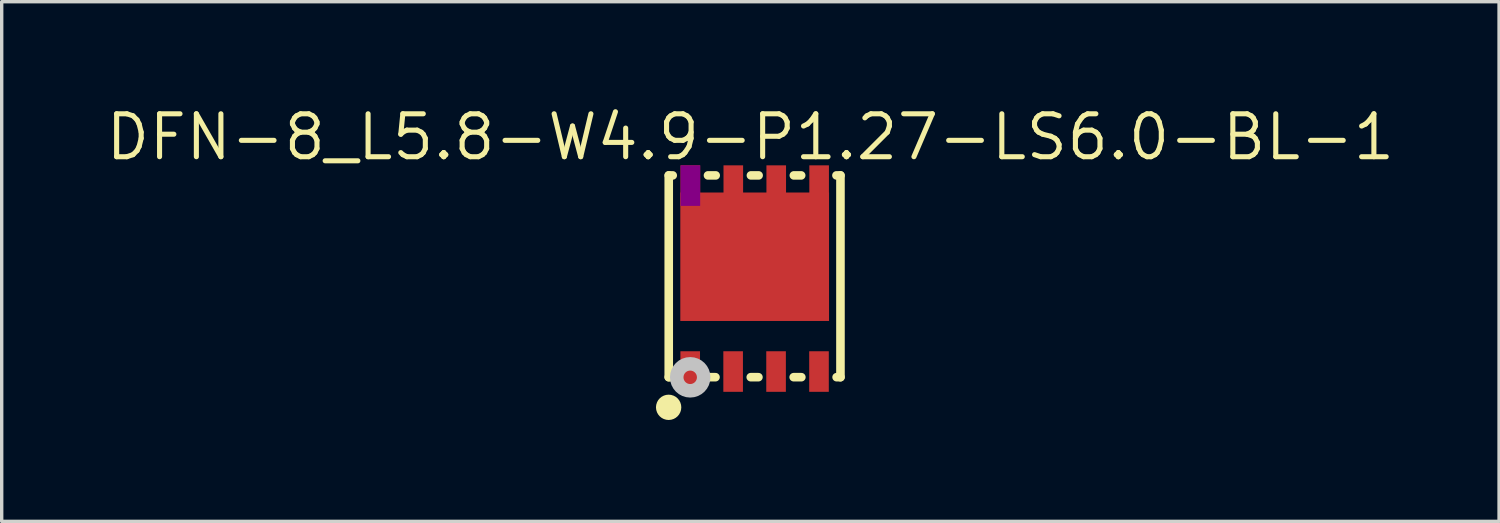
<source format=kicad_pcb>
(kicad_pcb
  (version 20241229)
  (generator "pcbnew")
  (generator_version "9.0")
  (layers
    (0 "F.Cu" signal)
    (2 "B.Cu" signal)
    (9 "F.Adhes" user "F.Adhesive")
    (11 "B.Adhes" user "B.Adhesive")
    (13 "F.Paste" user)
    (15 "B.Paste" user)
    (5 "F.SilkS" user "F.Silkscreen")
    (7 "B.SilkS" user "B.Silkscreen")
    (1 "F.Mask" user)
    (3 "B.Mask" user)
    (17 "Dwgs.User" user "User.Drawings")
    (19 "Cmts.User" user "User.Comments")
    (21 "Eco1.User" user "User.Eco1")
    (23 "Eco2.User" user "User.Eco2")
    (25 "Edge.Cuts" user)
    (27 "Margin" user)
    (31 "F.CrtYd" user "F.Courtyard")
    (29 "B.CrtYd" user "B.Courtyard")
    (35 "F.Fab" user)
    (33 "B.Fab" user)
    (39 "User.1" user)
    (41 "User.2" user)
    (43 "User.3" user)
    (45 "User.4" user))
  (footprint "DFN-8_L5.8-W4.9-P1.27-LS6.0-BL-1"
    (layer "F.Cu")
    (at 19.275 5.191)
    (property "Reference" "DFN-8_L5.8-W4.9-P1.27-LS6.0-BL-1" (at -0.127 -4.185 0) (layer "F.SilkS") (effects (font (size 1.27 1.27) (thickness 0.15))))
    (fp_line (start -2.542 -3.052) (end -2.424 -3.052) (stroke (width 0.254) (type default)) (layer "F.SilkS"))
    (fp_line (start -2.542 2.917) (end -2.542 -3.052) (stroke (width 0.254) (type default)) (layer "F.SilkS"))
    (fp_line (start -2.429 2.917) (end -2.542 2.917) (stroke (width 0.254) (type default)) (layer "F.SilkS"))
    (fp_line (start -1.381 -3.052) (end -1.153 -3.052) (stroke (width 0.254) (type default)) (layer "F.SilkS"))
    (fp_line (start -1.159 2.917) (end -1.386 2.917) (stroke (width 0.254) (type default)) (layer "F.SilkS"))
    (fp_line (start -0.111 -3.052) (end 0.117 -3.052) (stroke (width 0.254) (type default)) (layer "F.SilkS"))
    (fp_line (start 0.111 2.917) (end -0.116 2.917) (stroke (width 0.254) (type default)) (layer "F.SilkS"))
    (fp_line (start 1.159 -3.052) (end 1.376 -3.052) (stroke (width 0.254) (type default)) (layer "F.SilkS"))
    (fp_line (start 1.381 2.917) (end 1.154 2.917) (stroke (width 0.254) (type default)) (layer "F.SilkS"))
    (fp_line (start 2.419 -3.052) (end 2.538 -3.052) (stroke (width 0.254) (type default)) (layer "F.SilkS"))
    (fp_line (start 2.538 -3.052) (end 2.538 2.917) (stroke (width 0.254) (type default)) (layer "F.SilkS"))
    (fp_line (start 2.538 2.917) (end 2.424 2.917) (stroke (width 0.254) (type default)) (layer "F.SilkS"))
    (fp_arc (start -2.6695 3.8075) (mid -2.420493 3.80885) (end -2.6695 3.81) (stroke (width 0.5) (type default)) (layer "F.SilkS"))
    (fp_circle (center -1.907 2.921) (end -1.708 2.921) (stroke (width 0.4) (type default)) (fill no) (layer "Dwgs.User"))
    (fp_circle (center -2.453 3.01) (end -2.422 3.01) (stroke (width 0.06) (type default)) (fill no) (layer "User.5"))
    (pad "1" smd rect (at -1.907 2.75 180) (size 0.58 1.2) (layers "F.Cu" "F.Mask" "F.Paste"))
    (pad "1" smd rect (at -0.637 2.75 180) (size 0.58 1.2) (layers "F.Cu" "F.Mask" "F.Paste"))
    (pad "1" smd rect (at 0.633 2.75 180) (size 0.58 1.2) (layers "F.Cu" "F.Mask" "F.Paste"))
    (pad "2" smd rect (at 1.903 2.75 180) (size 0.58 1.2) (layers "F.Cu" "F.Mask" "F.Paste"))
    (pad "3" smd rect (at -1.902 -2.75) (size 0.58 1.2) (layers "F.Cu" "F.Mask" "F.Adhes" "F.Paste"))
    (pad "3" smd rect (at -0.632 -2.75) (size 0.58 1.2) (layers "F.Cu" "F.Mask" "F.Paste"))
    (pad "3" smd rect (at 0.0001 -0.646) (size 4.4 3.8) (layers "F.Cu" "F.Mask" "F.Paste"))
    (pad "3" smd rect (at 0.638 -2.75) (size 0.58 1.2) (layers "F.Cu" "F.Mask" "F.Paste"))
    (pad "3" smd rect (at 1.907 -2.75) (size 0.58 1.2) (layers "F.Cu" "F.Mask" "F.Paste"))
    (zone (net_name "") (layer "F.Paste") (hatch edge 0.5) (priority 100) (connect_pads yes) (min_thickness 0) (filled_areas_thickness no) (fill yes) (polygon (pts (xy 17.658 8.541) (xy 17.078 8.541) (xy 17.078 7.341) (xy 17.658 7.341))) (filled_polygon (layer "F.Paste") (island) (pts (xy 17.658 8.541) (xy 17.078 8.541) (xy 17.078 7.341) (xy 17.658 7.341))))
    (zone (net_name "") (layer "F.Paste") (hatch edge 0.5) (priority 100) (connect_pads yes) (min_thickness 0) (filled_areas_thickness no) (fill yes) (polygon (pts (xy 18.928 8.541) (xy 18.348 8.541) (xy 18.348 7.341) (xy 18.928 7.341))) (filled_polygon (layer "F.Paste") (island) (pts (xy 18.928 8.541) (xy 18.348 8.541) (xy 18.348 7.341) (xy 18.928 7.341))))
    (zone (net_name "") (layer "F.Paste") (hatch edge 0.5) (priority 100) (connect_pads yes) (min_thickness 0) (filled_areas_thickness no) (fill yes) (polygon (pts (xy 20.198 8.541) (xy 19.618 8.541) (xy 19.618 7.341) (xy 20.198 7.341))) (filled_polygon (layer "F.Paste") (island) (pts (xy 20.198 8.541) (xy 19.618 8.541) (xy 19.618 7.341) (xy 20.198 7.341))))
    (zone (net_name "") (layer "F.Paste") (hatch edge 0.5) (priority 100) (connect_pads yes) (min_thickness 0) (filled_areas_thickness no) (fill yes) (polygon (pts (xy 21.468 8.541) (xy 20.888 8.541) (xy 20.888 7.341) (xy 21.468 7.341))) (filled_polygon (layer "F.Paste") (island) (pts (xy 21.468 8.541) (xy 20.888 8.541) (xy 20.888 7.341) (xy 21.468 7.341))))
    (zone (net_name "") (layer "F.Paste") (hatch edge 0.5) (priority 100) (connect_pads yes) (min_thickness 0) (filled_areas_thickness no) (fill yes) (polygon (pts (xy 17.083 1.841) (xy 17.083 2.645) (xy 17.075 2.645) (xy 17.075 6.445) (xy 21.475 6.445) (xy 21.475 2.645) (xy 21.473 2.645) (xy 21.473 1.841) (xy 20.893 1.841) (xy 20.893 2.645) (xy 20.203 2.645) (xy 20.203 1.841) (xy 19.623 1.841) (xy 19.623 2.645) (xy 18.933 2.645) (xy 18.933 1.841) (xy 18.353 1.841) (xy 18.353 2.645) (xy 17.663 2.645) (xy 17.663 1.841))) (filled_polygon (layer "F.Paste") (island) (pts (xy 17.083 1.841) (xy 17.083 2.645) (xy 17.075 2.645) (xy 17.075 6.445) (xy 21.475 6.445) (xy 21.475 2.645) (xy 21.473 2.645) (xy 21.473 1.841) (xy 20.893 1.841) (xy 20.893 2.645) (xy 20.203 2.645) (xy 20.203 1.841) (xy 19.623 1.841) (xy 19.623 2.645) (xy 18.933 2.645) (xy 18.933 1.841) (xy 18.353 1.841) (xy 18.353 2.645) (xy 17.663 2.645) (xy 17.663 1.841))))
    (zone (net_name "") (layer "User.4") (hatch edge 0.5) (priority 100) (connect_pads yes) (min_thickness 0) (filled_areas_thickness no) (fill yes) (polygon (pts (xy 17.173 2.116) (xy 17.573 2.116) (xy 17.573 2.766) (xy 17.173 2.766))) (filled_polygon (layer "User.4") (island) (pts (xy 17.173 2.116) (xy 17.573 2.116) (xy 17.573 2.766) (xy 17.173 2.766))))
    (zone (net_name "") (layer "User.4") (hatch edge 0.5) (priority 100) (connect_pads yes) (min_thickness 0) (filled_areas_thickness no) (fill yes) (polygon (pts (xy 17.273 2.761) (xy 21.273 2.761) (xy 21.273 6.261) (xy 17.273 6.261))) (filled_polygon (layer "User.4") (island) (pts (xy 17.273 2.761) (xy 21.273 2.761) (xy 21.273 6.261) (xy 17.273 6.261))))
    (zone (net_name "") (layer "User.4") (hatch edge 0.5) (priority 100) (connect_pads yes) (min_thickness 0) (filled_areas_thickness no) (fill yes) (polygon (pts (xy 17.568 8.201) (xy 17.168 8.201) (xy 17.168 7.551) (xy 17.568 7.551))) (filled_polygon (layer "User.4") (island) (pts (xy 17.568 8.201) (xy 17.168 8.201) (xy 17.168 7.551) (xy 17.568 7.551))))
    (zone (net_name "") (layer "User.4") (hatch edge 0.5) (priority 100) (connect_pads yes) (min_thickness 0) (filled_areas_thickness no) (fill yes) (polygon (pts (xy 18.443 2.116) (xy 18.843 2.116) (xy 18.843 2.766) (xy 18.443 2.766))) (filled_polygon (layer "User.4") (island) (pts (xy 18.443 2.116) (xy 18.843 2.116) (xy 18.843 2.766) (xy 18.443 2.766))))
    (zone (net_name "") (layer "User.4") (hatch edge 0.5) (priority 100) (connect_pads yes) (min_thickness 0) (filled_areas_thickness no) (fill yes) (polygon (pts (xy 18.838 8.201) (xy 18.438 8.201) (xy 18.438 7.551) (xy 18.838 7.551))) (filled_polygon (layer "User.4") (island) (pts (xy 18.838 8.201) (xy 18.438 8.201) (xy 18.438 7.551) (xy 18.838 7.551))))
    (zone (net_name "") (layer "User.4") (hatch edge 0.5) (priority 100) (connect_pads yes) (min_thickness 0) (filled_areas_thickness no) (fill yes) (polygon (pts (xy 19.713 2.116) (xy 20.113 2.116) (xy 20.113 2.766) (xy 19.713 2.766))) (filled_polygon (layer "User.4") (island) (pts (xy 19.713 2.116) (xy 20.113 2.116) (xy 20.113 2.766) (xy 19.713 2.766))))
    (zone (net_name "") (layer "User.4") (hatch edge 0.5) (priority 100) (connect_pads yes) (min_thickness 0) (filled_areas_thickness no) (fill yes) (polygon (pts (xy 20.108 8.201) (xy 19.708 8.201) (xy 19.708 7.551) (xy 20.108 7.551))) (filled_polygon (layer "User.4") (island) (pts (xy 20.108 8.201) (xy 19.708 8.201) (xy 19.708 7.551) (xy 20.108 7.551))))
    (zone (net_name "") (layer "User.4") (hatch edge 0.5) (priority 100) (connect_pads yes) (min_thickness 0) (filled_areas_thickness no) (fill yes) (polygon (pts (xy 20.983 2.116) (xy 21.383 2.116) (xy 21.383 2.766) (xy 20.983 2.766))) (filled_polygon (layer "User.4") (island) (pts (xy 20.983 2.116) (xy 21.383 2.116) (xy 21.383 2.766) (xy 20.983 2.766))))
    (zone (net_name "") (layer "User.4") (hatch edge 0.5) (priority 100) (connect_pads yes) (min_thickness 0) (filled_areas_thickness no) (fill yes) (polygon (pts (xy 21.378 8.201) (xy 20.978 8.201) (xy 20.978 7.551) (xy 21.378 7.551))) (filled_polygon (layer "User.4") (island) (pts (xy 21.378 8.201) (xy 20.978 8.201) (xy 20.978 7.551) (xy 21.378 7.551)))))
  (gr_rect
    (start -3 -3)
    (end 41.296 12.374)
    (stroke (width 0.1) (type default))
    (fill no)
    (layer "Edge.Cuts")))
</source>
